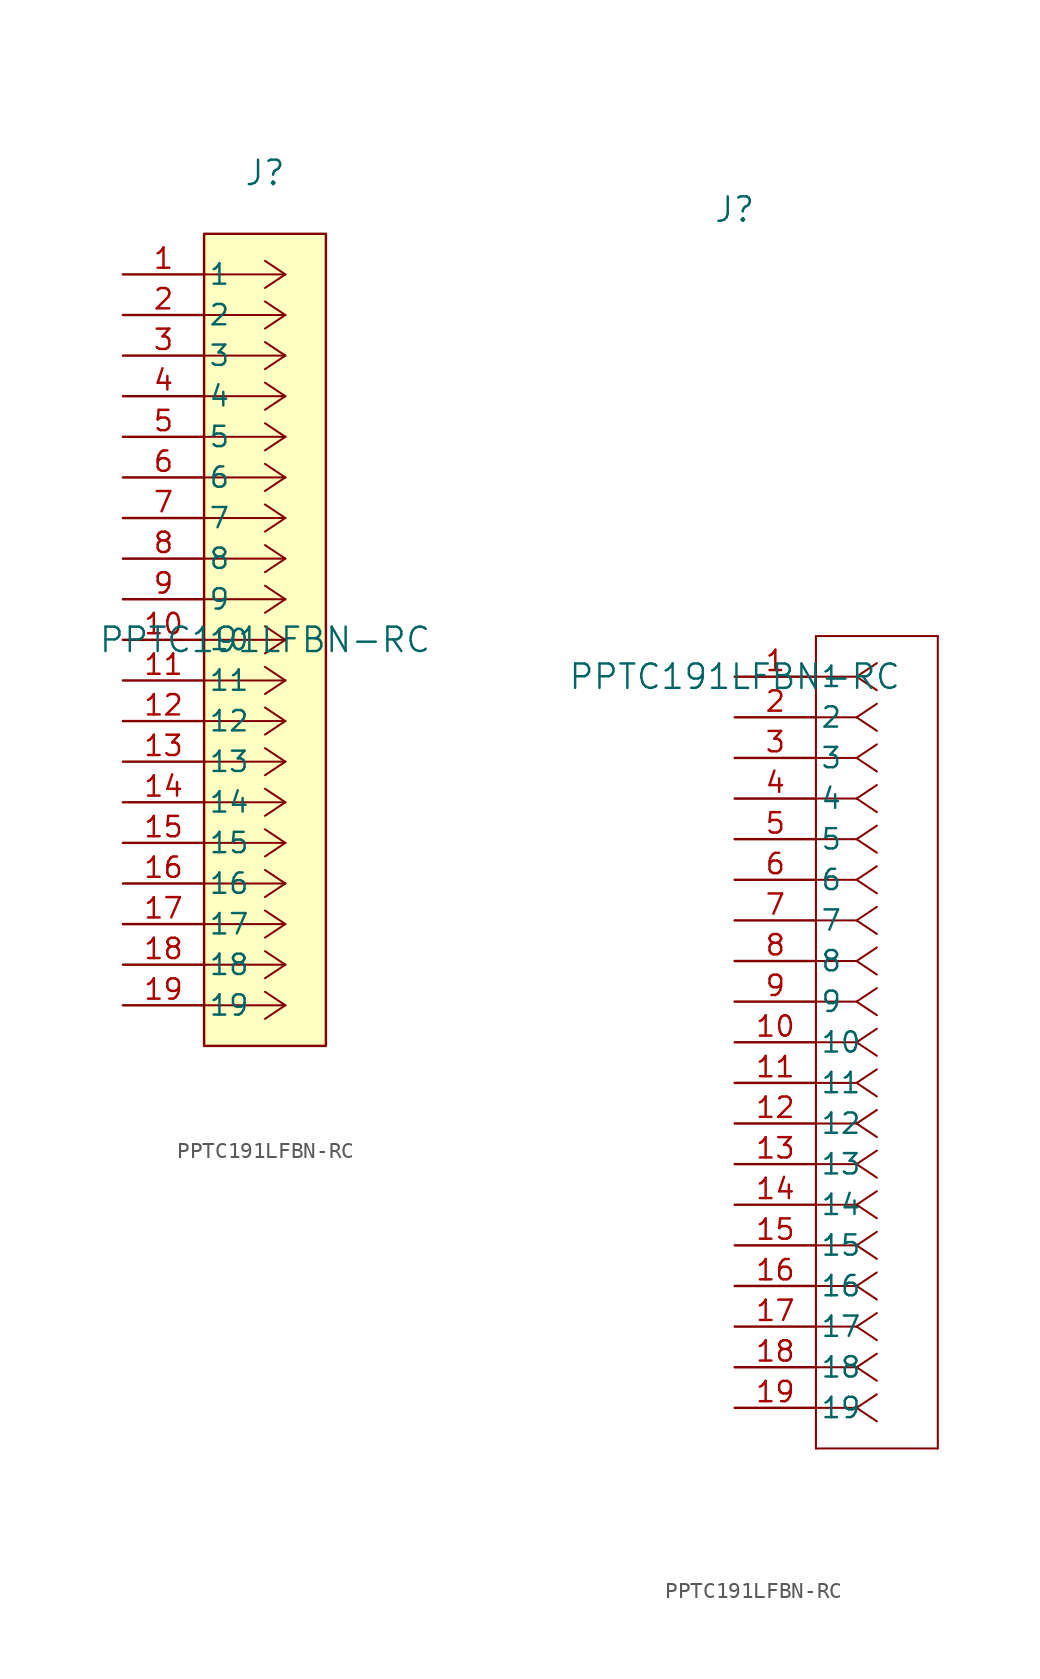
<source format=kicad_sym>
(kicad_symbol_lib
  (version 20220914)
  (generator kicad_symbol_editor)
  (symbol "PPTC191LFBN-RC"
    (pin_names
      (offset 0.254))
    (property "Reference" "J"
      (at 0 29.21 0)
      (effects (font (size 1.524 1.524))))
    (property "Value" "PPTC191LFBN-RC"
      (at 0 0 0)
      (effects (font (size 1.524 1.524))))
    (property "ki_locked" ""
      (at 0 0 0)
      (effects (font (size 1.27 1.27))))
    (symbol "PPTC191LFBN-RC_1_1"
      (rectangle (start -3.81 25.4) (end 3.81 -25.4) (stroke (width 0) (type default)) (fill (type background)))
      (polyline (pts (xy 1.27 -22.86) (xy -3.81 -22.86)) (stroke (width 0.127) (type default)) (fill (type none)))
      (polyline (pts (xy 1.27 -22.86) (xy 0 -23.707)) (stroke (width 0.127) (type default)) (fill (type none)))
      (polyline (pts (xy 1.27 -22.86) (xy 0 -22.013)) (stroke (width 0.127) (type default)) (fill (type none)))
      (polyline (pts (xy 1.27 -20.32) (xy -3.81 -20.32)) (stroke (width 0.127) (type default)) (fill (type none)))
      (polyline (pts (xy 1.27 -20.32) (xy 0 -21.167)) (stroke (width 0.127) (type default)) (fill (type none)))
      (polyline (pts (xy 1.27 -20.32) (xy 0 -19.473)) (stroke (width 0.127) (type default)) (fill (type none)))
      (polyline (pts (xy 1.27 -17.78) (xy -3.81 -17.78)) (stroke (width 0.127) (type default)) (fill (type none)))
      (polyline (pts (xy 1.27 -17.78) (xy 0 -18.627)) (stroke (width 0.127) (type default)) (fill (type none)))
      (polyline (pts (xy 1.27 -17.78) (xy 0 -16.933)) (stroke (width 0.127) (type default)) (fill (type none)))
      (polyline (pts (xy 1.27 -15.24) (xy -3.81 -15.24)) (stroke (width 0.127) (type default)) (fill (type none)))
      (polyline (pts (xy 1.27 -15.24) (xy 0 -16.087)) (stroke (width 0.127) (type default)) (fill (type none)))
      (polyline (pts (xy 1.27 -15.24) (xy 0 -14.393)) (stroke (width 0.127) (type default)) (fill (type none)))
      (polyline (pts (xy 1.27 -12.7) (xy -3.81 -12.7)) (stroke (width 0.127) (type default)) (fill (type none)))
      (polyline (pts (xy 1.27 -12.7) (xy 0 -13.547)) (stroke (width 0.127) (type default)) (fill (type none)))
      (polyline (pts (xy 1.27 -12.7) (xy 0 -11.853)) (stroke (width 0.127) (type default)) (fill (type none)))
      (polyline (pts (xy 1.27 -10.16) (xy -3.81 -10.16)) (stroke (width 0.127) (type default)) (fill (type none)))
      (polyline (pts (xy 1.27 -10.16) (xy 0 -11.007)) (stroke (width 0.127) (type default)) (fill (type none)))
      (polyline (pts (xy 1.27 -10.16) (xy 0 -9.313)) (stroke (width 0.127) (type default)) (fill (type none)))
      (polyline (pts (xy 1.27 -7.62) (xy -3.81 -7.62)) (stroke (width 0.127) (type default)) (fill (type none)))
      (polyline (pts (xy 1.27 -7.62) (xy 0 -8.467)) (stroke (width 0.127) (type default)) (fill (type none)))
      (polyline (pts (xy 1.27 -7.62) (xy 0 -6.773)) (stroke (width 0.127) (type default)) (fill (type none)))
      (polyline (pts (xy 1.27 -5.08) (xy -3.81 -5.08)) (stroke (width 0.127) (type default)) (fill (type none)))
      (polyline (pts (xy 1.27 -5.08) (xy 0 -5.927)) (stroke (width 0.127) (type default)) (fill (type none)))
      (polyline (pts (xy 1.27 -5.08) (xy 0 -4.233)) (stroke (width 0.127) (type default)) (fill (type none)))
      (polyline (pts (xy 1.27 -2.54) (xy -3.81 -2.54)) (stroke (width 0.127) (type default)) (fill (type none)))
      (polyline (pts (xy 1.27 -2.54) (xy 0 -3.387)) (stroke (width 0.127) (type default)) (fill (type none)))
      (polyline (pts (xy 1.27 -2.54) (xy 0 -1.693)) (stroke (width 0.127) (type default)) (fill (type none)))
      (polyline (pts (xy 1.27 0) (xy -3.81 0)) (stroke (width 0.127) (type default)) (fill (type none)))
      (polyline (pts (xy 1.27 0) (xy 0 -0.847)) (stroke (width 0.127) (type default)) (fill (type none)))
      (polyline (pts (xy 1.27 0) (xy 0 0.847)) (stroke (width 0.127) (type default)) (fill (type none)))
      (polyline (pts (xy 1.27 2.54) (xy -3.81 2.54)) (stroke (width 0.127) (type default)) (fill (type none)))
      (polyline (pts (xy 1.27 2.54) (xy 0 1.693)) (stroke (width 0.127) (type default)) (fill (type none)))
      (polyline (pts (xy 1.27 2.54) (xy 0 3.387)) (stroke (width 0.127) (type default)) (fill (type none)))
      (polyline (pts (xy 1.27 5.08) (xy -3.81 5.08)) (stroke (width 0.127) (type default)) (fill (type none)))
      (polyline (pts (xy 1.27 5.08) (xy 0 4.233)) (stroke (width 0.127) (type default)) (fill (type none)))
      (polyline (pts (xy 1.27 5.08) (xy 0 5.927)) (stroke (width 0.127) (type default)) (fill (type none)))
      (polyline (pts (xy 1.27 7.62) (xy -3.81 7.62)) (stroke (width 0.127) (type default)) (fill (type none)))
      (polyline (pts (xy 1.27 7.62) (xy 0 6.773)) (stroke (width 0.127) (type default)) (fill (type none)))
      (polyline (pts (xy 1.27 7.62) (xy 0 8.467)) (stroke (width 0.127) (type default)) (fill (type none)))
      (polyline (pts (xy 1.27 10.16) (xy -3.81 10.16)) (stroke (width 0.127) (type default)) (fill (type none)))
      (polyline (pts (xy 1.27 10.16) (xy 0 9.313)) (stroke (width 0.127) (type default)) (fill (type none)))
      (polyline (pts (xy 1.27 10.16) (xy 0 11.007)) (stroke (width 0.127) (type default)) (fill (type none)))
      (polyline (pts (xy 1.27 12.7) (xy -3.81 12.7)) (stroke (width 0.127) (type default)) (fill (type none)))
      (polyline (pts (xy 1.27 12.7) (xy 0 11.853)) (stroke (width 0.127) (type default)) (fill (type none)))
      (polyline (pts (xy 1.27 12.7) (xy 0 13.547)) (stroke (width 0.127) (type default)) (fill (type none)))
      (polyline (pts (xy 1.27 15.24) (xy -3.81 15.24)) (stroke (width 0.127) (type default)) (fill (type none)))
      (polyline (pts (xy 1.27 15.24) (xy 0 14.393)) (stroke (width 0.127) (type default)) (fill (type none)))
      (polyline (pts (xy 1.27 15.24) (xy 0 16.087)) (stroke (width 0.127) (type default)) (fill (type none)))
      (polyline (pts (xy 1.27 17.78) (xy -3.81 17.78)) (stroke (width 0.127) (type default)) (fill (type none)))
      (polyline (pts (xy 1.27 17.78) (xy 0 16.933)) (stroke (width 0.127) (type default)) (fill (type none)))
      (polyline (pts (xy 1.27 17.78) (xy 0 18.627)) (stroke (width 0.127) (type default)) (fill (type none)))
      (polyline (pts (xy 1.27 20.32) (xy -3.81 20.32)) (stroke (width 0.127) (type default)) (fill (type none)))
      (polyline (pts (xy 1.27 20.32) (xy 0 19.473)) (stroke (width 0.127) (type default)) (fill (type none)))
      (polyline (pts (xy 1.27 20.32) (xy 0 21.167)) (stroke (width 0.127) (type default)) (fill (type none)))
      (polyline (pts (xy 1.27 22.86) (xy -3.81 22.86)) (stroke (width 0.127) (type default)) (fill (type none)))
      (polyline (pts (xy 1.27 22.86) (xy 0 22.013)) (stroke (width 0.127) (type default)) (fill (type none)))
      (polyline (pts (xy 1.27 22.86) (xy 0 23.707)) (stroke (width 0.127) (type default)) (fill (type none)))
      (pin unspecified line (at -8.89 22.86 0) (length 5.08) (name "1" (effects (font (size 1.27 1.27)))) (number "1" (effects (font (size 1.27 1.27)))))
      (pin unspecified line (at -8.89 0 0) (length 5.08) (name "10" (effects (font (size 1.27 1.27)))) (number "10" (effects (font (size 1.27 1.27)))))
      (pin unspecified line (at -8.89 -2.54 0) (length 5.08) (name "11" (effects (font (size 1.27 1.27)))) (number "11" (effects (font (size 1.27 1.27)))))
      (pin unspecified line (at -8.89 -5.08 0) (length 5.08) (name "12" (effects (font (size 1.27 1.27)))) (number "12" (effects (font (size 1.27 1.27)))))
      (pin unspecified line (at -8.89 -7.62 0) (length 5.08) (name "13" (effects (font (size 1.27 1.27)))) (number "13" (effects (font (size 1.27 1.27)))))
      (pin unspecified line (at -8.89 -10.16 0) (length 5.08) (name "14" (effects (font (size 1.27 1.27)))) (number "14" (effects (font (size 1.27 1.27)))))
      (pin unspecified line (at -8.89 -12.7 0) (length 5.08) (name "15" (effects (font (size 1.27 1.27)))) (number "15" (effects (font (size 1.27 1.27)))))
      (pin unspecified line (at -8.89 -15.24 0) (length 5.08) (name "16" (effects (font (size 1.27 1.27)))) (number "16" (effects (font (size 1.27 1.27)))))
      (pin unspecified line (at -8.89 -17.78 0) (length 5.08) (name "17" (effects (font (size 1.27 1.27)))) (number "17" (effects (font (size 1.27 1.27)))))
      (pin unspecified line (at -8.89 -20.32 0) (length 5.08) (name "18" (effects (font (size 1.27 1.27)))) (number "18" (effects (font (size 1.27 1.27)))))
      (pin unspecified line (at -8.89 -22.86 0) (length 5.08) (name "19" (effects (font (size 1.27 1.27)))) (number "19" (effects (font (size 1.27 1.27)))))
      (pin unspecified line (at -8.89 20.32 0) (length 5.08) (name "2" (effects (font (size 1.27 1.27)))) (number "2" (effects (font (size 1.27 1.27)))))
      (pin unspecified line (at -8.89 17.78 0) (length 5.08) (name "3" (effects (font (size 1.27 1.27)))) (number "3" (effects (font (size 1.27 1.27)))))
      (pin unspecified line (at -8.89 15.24 0) (length 5.08) (name "4" (effects (font (size 1.27 1.27)))) (number "4" (effects (font (size 1.27 1.27)))))
      (pin unspecified line (at -8.89 12.7 0) (length 5.08) (name "5" (effects (font (size 1.27 1.27)))) (number "5" (effects (font (size 1.27 1.27)))))
      (pin unspecified line (at -8.89 10.16 0) (length 5.08) (name "6" (effects (font (size 1.27 1.27)))) (number "6" (effects (font (size 1.27 1.27)))))
      (pin unspecified line (at -8.89 7.62 0) (length 5.08) (name "7" (effects (font (size 1.27 1.27)))) (number "7" (effects (font (size 1.27 1.27)))))
      (pin unspecified line (at -8.89 5.08 0) (length 5.08) (name "8" (effects (font (size 1.27 1.27)))) (number "8" (effects (font (size 1.27 1.27)))))
      (pin unspecified line (at -8.89 2.54 0) (length 5.08) (name "9" (effects (font (size 1.27 1.27)))) (number "9" (effects (font (size 1.27 1.27))))))
    (symbol "PPTC191LFBN-RC_1_2"
      (polyline (pts (xy 5.08 -48.26) (xy 12.7 -48.26)) (stroke (width 0.127) (type default)) (fill (type none)))
      (polyline (pts (xy 5.08 2.54) (xy 5.08 -48.26)) (stroke (width 0.127) (type default)) (fill (type none)))
      (polyline (pts (xy 7.62 -45.72) (xy 5.08 -45.72)) (stroke (width 0.127) (type default)) (fill (type none)))
      (polyline (pts (xy 7.62 -45.72) (xy 8.89 -46.567)) (stroke (width 0.127) (type default)) (fill (type none)))
      (polyline (pts (xy 7.62 -45.72) (xy 8.89 -44.873)) (stroke (width 0.127) (type default)) (fill (type none)))
      (polyline (pts (xy 7.62 -43.18) (xy 5.08 -43.18)) (stroke (width 0.127) (type default)) (fill (type none)))
      (polyline (pts (xy 7.62 -43.18) (xy 8.89 -44.027)) (stroke (width 0.127) (type default)) (fill (type none)))
      (polyline (pts (xy 7.62 -43.18) (xy 8.89 -42.333)) (stroke (width 0.127) (type default)) (fill (type none)))
      (polyline (pts (xy 7.62 -40.64) (xy 5.08 -40.64)) (stroke (width 0.127) (type default)) (fill (type none)))
      (polyline (pts (xy 7.62 -40.64) (xy 8.89 -41.487)) (stroke (width 0.127) (type default)) (fill (type none)))
      (polyline (pts (xy 7.62 -40.64) (xy 8.89 -39.793)) (stroke (width 0.127) (type default)) (fill (type none)))
      (polyline (pts (xy 7.62 -38.1) (xy 5.08 -38.1)) (stroke (width 0.127) (type default)) (fill (type none)))
      (polyline (pts (xy 7.62 -38.1) (xy 8.89 -38.947)) (stroke (width 0.127) (type default)) (fill (type none)))
      (polyline (pts (xy 7.62 -38.1) (xy 8.89 -37.253)) (stroke (width 0.127) (type default)) (fill (type none)))
      (polyline (pts (xy 7.62 -35.56) (xy 5.08 -35.56)) (stroke (width 0.127) (type default)) (fill (type none)))
      (polyline (pts (xy 7.62 -35.56) (xy 8.89 -36.407)) (stroke (width 0.127) (type default)) (fill (type none)))
      (polyline (pts (xy 7.62 -35.56) (xy 8.89 -34.713)) (stroke (width 0.127) (type default)) (fill (type none)))
      (polyline (pts (xy 7.62 -33.02) (xy 5.08 -33.02)) (stroke (width 0.127) (type default)) (fill (type none)))
      (polyline (pts (xy 7.62 -33.02) (xy 8.89 -33.867)) (stroke (width 0.127) (type default)) (fill (type none)))
      (polyline (pts (xy 7.62 -33.02) (xy 8.89 -32.173)) (stroke (width 0.127) (type default)) (fill (type none)))
      (polyline (pts (xy 7.62 -30.48) (xy 5.08 -30.48)) (stroke (width 0.127) (type default)) (fill (type none)))
      (polyline (pts (xy 7.62 -30.48) (xy 8.89 -31.327)) (stroke (width 0.127) (type default)) (fill (type none)))
      (polyline (pts (xy 7.62 -30.48) (xy 8.89 -29.633)) (stroke (width 0.127) (type default)) (fill (type none)))
      (polyline (pts (xy 7.62 -27.94) (xy 5.08 -27.94)) (stroke (width 0.127) (type default)) (fill (type none)))
      (polyline (pts (xy 7.62 -27.94) (xy 8.89 -28.787)) (stroke (width 0.127) (type default)) (fill (type none)))
      (polyline (pts (xy 7.62 -27.94) (xy 8.89 -27.093)) (stroke (width 0.127) (type default)) (fill (type none)))
      (polyline (pts (xy 7.62 -25.4) (xy 5.08 -25.4)) (stroke (width 0.127) (type default)) (fill (type none)))
      (polyline (pts (xy 7.62 -25.4) (xy 8.89 -26.247)) (stroke (width 0.127) (type default)) (fill (type none)))
      (polyline (pts (xy 7.62 -25.4) (xy 8.89 -24.553)) (stroke (width 0.127) (type default)) (fill (type none)))
      (polyline (pts (xy 7.62 -22.86) (xy 5.08 -22.86)) (stroke (width 0.127) (type default)) (fill (type none)))
      (polyline (pts (xy 7.62 -22.86) (xy 8.89 -23.707)) (stroke (width 0.127) (type default)) (fill (type none)))
      (polyline (pts (xy 7.62 -22.86) (xy 8.89 -22.013)) (stroke (width 0.127) (type default)) (fill (type none)))
      (polyline (pts (xy 7.62 -20.32) (xy 5.08 -20.32)) (stroke (width 0.127) (type default)) (fill (type none)))
      (polyline (pts (xy 7.62 -20.32) (xy 8.89 -21.167)) (stroke (width 0.127) (type default)) (fill (type none)))
      (polyline (pts (xy 7.62 -20.32) (xy 8.89 -19.473)) (stroke (width 0.127) (type default)) (fill (type none)))
      (polyline (pts (xy 7.62 -17.78) (xy 5.08 -17.78)) (stroke (width 0.127) (type default)) (fill (type none)))
      (polyline (pts (xy 7.62 -17.78) (xy 8.89 -18.627)) (stroke (width 0.127) (type default)) (fill (type none)))
      (polyline (pts (xy 7.62 -17.78) (xy 8.89 -16.933)) (stroke (width 0.127) (type default)) (fill (type none)))
      (polyline (pts (xy 7.62 -15.24) (xy 5.08 -15.24)) (stroke (width 0.127) (type default)) (fill (type none)))
      (polyline (pts (xy 7.62 -15.24) (xy 8.89 -16.087)) (stroke (width 0.127) (type default)) (fill (type none)))
      (polyline (pts (xy 7.62 -15.24) (xy 8.89 -14.393)) (stroke (width 0.127) (type default)) (fill (type none)))
      (polyline (pts (xy 7.62 -12.7) (xy 5.08 -12.7)) (stroke (width 0.127) (type default)) (fill (type none)))
      (polyline (pts (xy 7.62 -12.7) (xy 8.89 -13.547)) (stroke (width 0.127) (type default)) (fill (type none)))
      (polyline (pts (xy 7.62 -12.7) (xy 8.89 -11.853)) (stroke (width 0.127) (type default)) (fill (type none)))
      (polyline (pts (xy 7.62 -10.16) (xy 5.08 -10.16)) (stroke (width 0.127) (type default)) (fill (type none)))
      (polyline (pts (xy 7.62 -10.16) (xy 8.89 -11.007)) (stroke (width 0.127) (type default)) (fill (type none)))
      (polyline (pts (xy 7.62 -10.16) (xy 8.89 -9.313)) (stroke (width 0.127) (type default)) (fill (type none)))
      (polyline (pts (xy 7.62 -7.62) (xy 5.08 -7.62)) (stroke (width 0.127) (type default)) (fill (type none)))
      (polyline (pts (xy 7.62 -7.62) (xy 8.89 -8.467)) (stroke (width 0.127) (type default)) (fill (type none)))
      (polyline (pts (xy 7.62 -7.62) (xy 8.89 -6.773)) (stroke (width 0.127) (type default)) (fill (type none)))
      (polyline (pts (xy 7.62 -5.08) (xy 5.08 -5.08)) (stroke (width 0.127) (type default)) (fill (type none)))
      (polyline (pts (xy 7.62 -5.08) (xy 8.89 -5.927)) (stroke (width 0.127) (type default)) (fill (type none)))
      (polyline (pts (xy 7.62 -5.08) (xy 8.89 -4.233)) (stroke (width 0.127) (type default)) (fill (type none)))
      (polyline (pts (xy 7.62 -2.54) (xy 5.08 -2.54)) (stroke (width 0.127) (type default)) (fill (type none)))
      (polyline (pts (xy 7.62 -2.54) (xy 8.89 -3.387)) (stroke (width 0.127) (type default)) (fill (type none)))
      (polyline (pts (xy 7.62 -2.54) (xy 8.89 -1.693)) (stroke (width 0.127) (type default)) (fill (type none)))
      (polyline (pts (xy 7.62 0) (xy 5.08 0)) (stroke (width 0.127) (type default)) (fill (type none)))
      (polyline (pts (xy 7.62 0) (xy 8.89 -0.847)) (stroke (width 0.127) (type default)) (fill (type none)))
      (polyline (pts (xy 7.62 0) (xy 8.89 0.847)) (stroke (width 0.127) (type default)) (fill (type none)))
      (polyline (pts (xy 12.7 -48.26) (xy 12.7 2.54)) (stroke (width 0.127) (type default)) (fill (type none)))
      (polyline (pts (xy 12.7 2.54) (xy 5.08 2.54)) (stroke (width 0.127) (type default)) (fill (type none)))
      (pin unspecified line (at 0 0 0) (length 5.08) (name "1" (effects (font (size 1.27 1.27)))) (number "1" (effects (font (size 1.27 1.27)))))
      (pin unspecified line (at 0 -22.86 0) (length 5.08) (name "10" (effects (font (size 1.27 1.27)))) (number "10" (effects (font (size 1.27 1.27)))))
      (pin unspecified line (at 0 -25.4 0) (length 5.08) (name "11" (effects (font (size 1.27 1.27)))) (number "11" (effects (font (size 1.27 1.27)))))
      (pin unspecified line (at 0 -27.94 0) (length 5.08) (name "12" (effects (font (size 1.27 1.27)))) (number "12" (effects (font (size 1.27 1.27)))))
      (pin unspecified line (at 0 -30.48 0) (length 5.08) (name "13" (effects (font (size 1.27 1.27)))) (number "13" (effects (font (size 1.27 1.27)))))
      (pin unspecified line (at 0 -33.02 0) (length 5.08) (name "14" (effects (font (size 1.27 1.27)))) (number "14" (effects (font (size 1.27 1.27)))))
      (pin unspecified line (at 0 -35.56 0) (length 5.08) (name "15" (effects (font (size 1.27 1.27)))) (number "15" (effects (font (size 1.27 1.27)))))
      (pin unspecified line (at 0 -38.1 0) (length 5.08) (name "16" (effects (font (size 1.27 1.27)))) (number "16" (effects (font (size 1.27 1.27)))))
      (pin unspecified line (at 0 -40.64 0) (length 5.08) (name "17" (effects (font (size 1.27 1.27)))) (number "17" (effects (font (size 1.27 1.27)))))
      (pin unspecified line (at 0 -43.18 0) (length 5.08) (name "18" (effects (font (size 1.27 1.27)))) (number "18" (effects (font (size 1.27 1.27)))))
      (pin unspecified line (at 0 -45.72 0) (length 5.08) (name "19" (effects (font (size 1.27 1.27)))) (number "19" (effects (font (size 1.27 1.27)))))
      (pin unspecified line (at 0 -2.54 0) (length 5.08) (name "2" (effects (font (size 1.27 1.27)))) (number "2" (effects (font (size 1.27 1.27)))))
      (pin unspecified line (at 0 -5.08 0) (length 5.08) (name "3" (effects (font (size 1.27 1.27)))) (number "3" (effects (font (size 1.27 1.27)))))
      (pin unspecified line (at 0 -7.62 0) (length 5.08) (name "4" (effects (font (size 1.27 1.27)))) (number "4" (effects (font (size 1.27 1.27)))))
      (pin unspecified line (at 0 -10.16 0) (length 5.08) (name "5" (effects (font (size 1.27 1.27)))) (number "5" (effects (font (size 1.27 1.27)))))
      (pin unspecified line (at 0 -12.7 0) (length 5.08) (name "6" (effects (font (size 1.27 1.27)))) (number "6" (effects (font (size 1.27 1.27)))))
      (pin unspecified line (at 0 -15.24 0) (length 5.08) (name "7" (effects (font (size 1.27 1.27)))) (number "7" (effects (font (size 1.27 1.27)))))
      (pin unspecified line (at 0 -17.78 0) (length 5.08) (name "8" (effects (font (size 1.27 1.27)))) (number "8" (effects (font (size 1.27 1.27)))))
      (pin unspecified line (at 0 -20.32 0) (length 5.08) (name "9" (effects (font (size 1.27 1.27)))) (number "9" (effects (font (size 1.27 1.27))))))))
</source>
